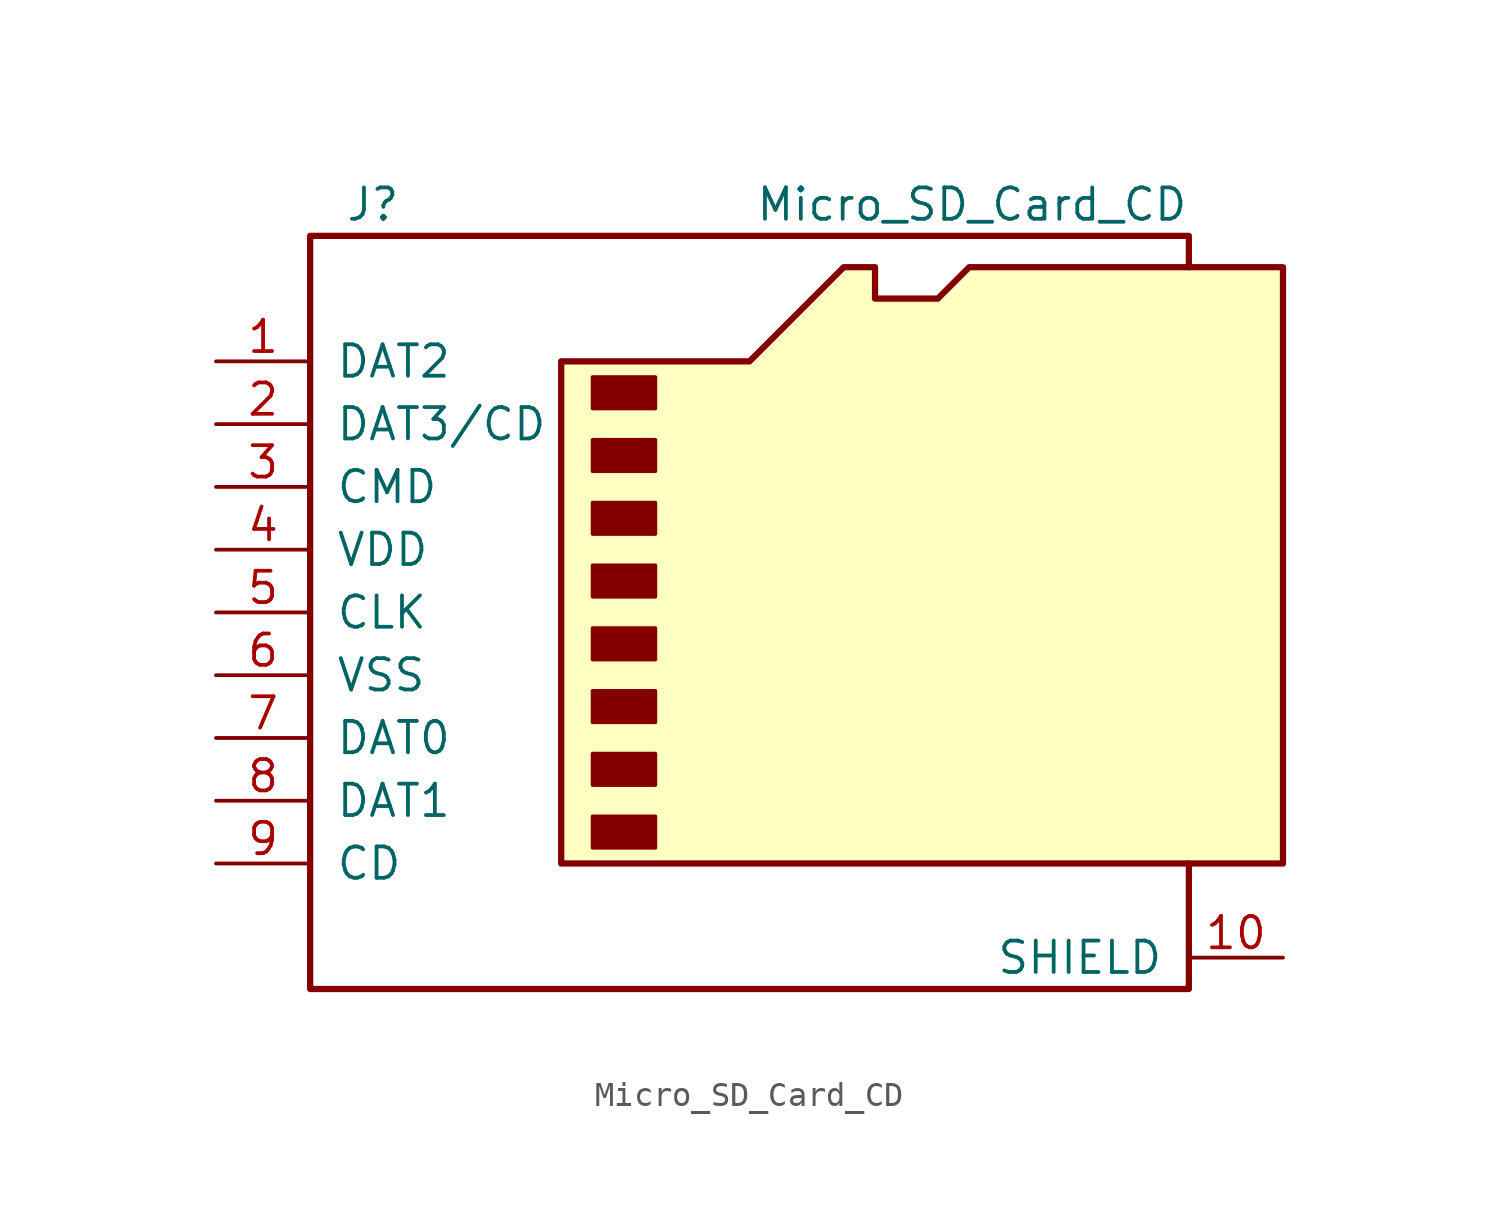
<source format=kicad_sym>
(kicad_symbol_lib
  (version 20211014)
  (generator kicad_symbol_editor)
  (symbol "Micro_SD_Card_CD"
    (pin_names
      (offset 1.016))
    (property "Reference" "J"
      (at -16.51 15.24 0)
      (effects (font (size 1.27 1.27))))
    (property "Value" "Micro_SD_Card_CD"
      (at 16.51 15.24 0)
      (effects (font (size 1.27 1.27)) (justify right)))
    (symbol "Micro_SD_Card_CD_0_1"
      (rectangle (start -7.62 -9.525) (end -5.08 -10.795) (stroke (width 0) (type default) (color 0 0 0 0)) (fill (type outline)))
      (rectangle (start -7.62 -6.985) (end -5.08 -8.255) (stroke (width 0) (type default) (color 0 0 0 0)) (fill (type outline)))
      (rectangle (start -7.62 -4.445) (end -5.08 -5.715) (stroke (width 0) (type default) (color 0 0 0 0)) (fill (type outline)))
      (rectangle (start -7.62 -1.905) (end -5.08 -3.175) (stroke (width 0) (type default) (color 0 0 0 0)) (fill (type outline)))
      (rectangle (start -7.62 0.635) (end -5.08 -0.635) (stroke (width 0) (type default) (color 0 0 0 0)) (fill (type outline)))
      (rectangle (start -7.62 3.175) (end -5.08 1.905) (stroke (width 0) (type default) (color 0 0 0 0)) (fill (type outline)))
      (rectangle (start -7.62 5.715) (end -5.08 4.445) (stroke (width 0) (type default) (color 0 0 0 0)) (fill (type outline)))
      (rectangle (start -7.62 8.255) (end -5.08 6.985) (stroke (width 0) (type default) (color 0 0 0 0)) (fill (type outline)))
      (polyline (pts (xy 16.51 12.7) (xy 16.51 13.97) (xy -19.05 13.97) (xy -19.05 -16.51) (xy 16.51 -16.51) (xy 16.51 -11.43)) (stroke (width 0.254) (type default) (color 0 0 0 0)) (fill (type none)))
      (polyline (pts (xy -8.89 -11.43) (xy -8.89 8.89) (xy -1.27 8.89) (xy 2.54 12.7) (xy 3.81 12.7) (xy 3.81 11.43) (xy 6.35 11.43) (xy 7.62 12.7) (xy 20.32 12.7) (xy 20.32 -11.43) (xy -8.89 -11.43)) (stroke (width 0.254) (type default) (color 0 0 0 0)) (fill (type background))))
    (symbol "Micro_SD_Card_CD_1_1"
      (pin bidirectional line (at -22.86 8.89 0) (length 3.81) (name "DAT2" (effects (font (size 1.27 1.27)))) (number "1" (effects (font (size 1.27 1.27)))))
      (pin passive line (at 20.32 -15.24 180) (length 3.81) (name "SHIELD" (effects (font (size 1.27 1.27)))) (number "10" (effects (font (size 1.27 1.27)))))
      (pin bidirectional line (at -22.86 6.35 0) (length 3.81) (name "DAT3/CD" (effects (font (size 1.27 1.27)))) (number "2" (effects (font (size 1.27 1.27)))))
      (pin input line (at -22.86 3.81 0) (length 3.81) (name "CMD" (effects (font (size 1.27 1.27)))) (number "3" (effects (font (size 1.27 1.27)))))
      (pin power_in line (at -22.86 1.27 0) (length 3.81) (name "VDD" (effects (font (size 1.27 1.27)))) (number "4" (effects (font (size 1.27 1.27)))))
      (pin input line (at -22.86 -1.27 0) (length 3.81) (name "CLK" (effects (font (size 1.27 1.27)))) (number "5" (effects (font (size 1.27 1.27)))))
      (pin power_in line (at -22.86 -3.81 0) (length 3.81) (name "VSS" (effects (font (size 1.27 1.27)))) (number "6" (effects (font (size 1.27 1.27)))))
      (pin bidirectional line (at -22.86 -6.35 0) (length 3.81) (name "DAT0" (effects (font (size 1.27 1.27)))) (number "7" (effects (font (size 1.27 1.27)))))
      (pin bidirectional line (at -22.86 -8.89 0) (length 3.81) (name "DAT1" (effects (font (size 1.27 1.27)))) (number "8" (effects (font (size 1.27 1.27)))))
      (pin passive line (at -22.86 -11.43 0) (length 3.81) (name "CD" (effects (font (size 1.27 1.27)))) (number "9" (effects (font (size 1.27 1.27))))))))
</source>
